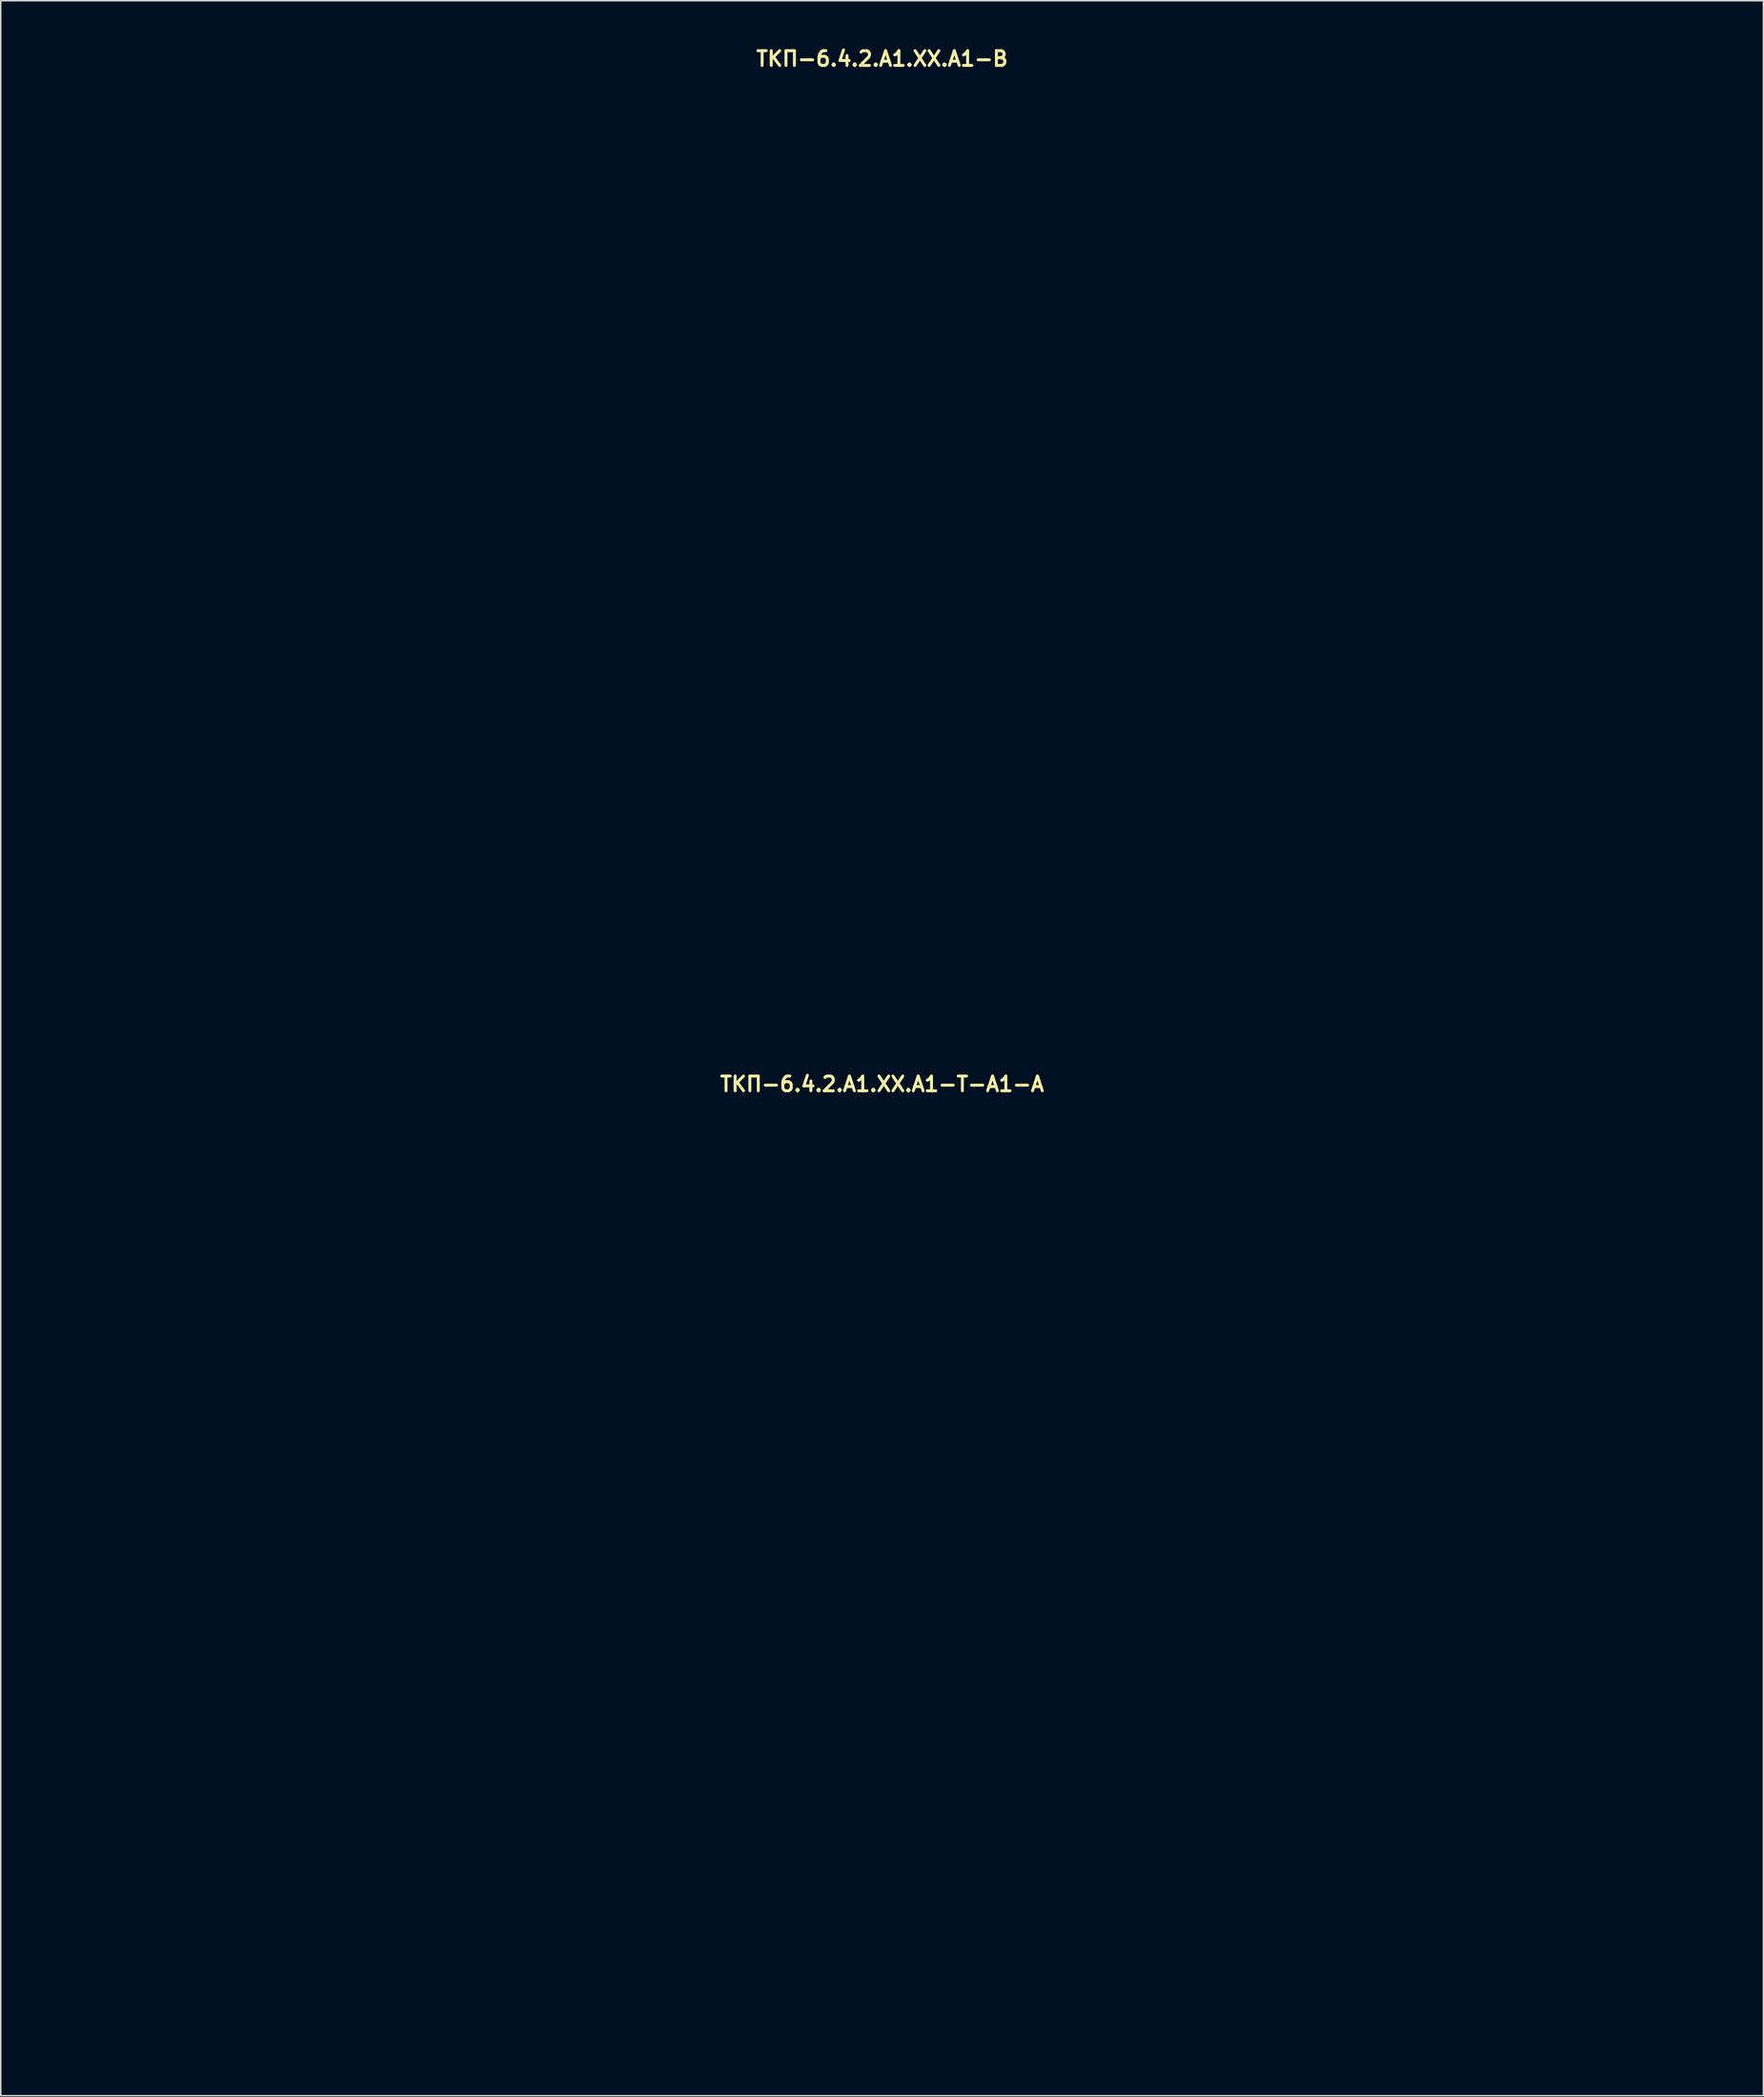
<source format=kicad_pcb>
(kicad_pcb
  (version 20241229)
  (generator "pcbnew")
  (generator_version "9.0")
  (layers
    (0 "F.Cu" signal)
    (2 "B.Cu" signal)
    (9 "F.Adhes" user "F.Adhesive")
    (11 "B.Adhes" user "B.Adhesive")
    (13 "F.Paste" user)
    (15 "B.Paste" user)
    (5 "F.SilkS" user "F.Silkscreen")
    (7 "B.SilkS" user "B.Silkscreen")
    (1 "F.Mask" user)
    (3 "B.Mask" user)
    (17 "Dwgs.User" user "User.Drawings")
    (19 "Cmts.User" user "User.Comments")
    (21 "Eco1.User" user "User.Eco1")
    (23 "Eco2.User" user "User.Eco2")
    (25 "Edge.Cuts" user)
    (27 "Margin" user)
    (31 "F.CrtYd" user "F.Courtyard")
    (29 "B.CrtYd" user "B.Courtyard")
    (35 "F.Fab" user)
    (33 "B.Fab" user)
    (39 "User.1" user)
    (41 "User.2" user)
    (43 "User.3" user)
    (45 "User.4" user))
  (footprint "ТКП-6.4.2.A1.XX.A1-B"
    (layer "F.Cu")
    (at 56.835 34.083)
    (property "Reference" "ТКП-6.4.2.A1.XX.A1-B" (at 0 -33.147 0) (layer "F.SilkS") (effects (font (size 1 1) (thickness 0.2))))
    (attr through_hole)
    (fp_line (start -56.635 -32.3) (end -56.635 32.3) (stroke (width 0.4) (type solid)) (layer "Eco1.User"))
    (fp_line (start -56.635 -32.3) (end 56.635 -32.3) (stroke (width 0.4) (type solid)) (layer "Eco1.User"))
    (fp_line (start -56.635 -31.3) (end 56.635 -31.3) (stroke (width 0.4) (type solid)) (layer "Eco1.User"))
    (fp_line (start -56.635 31.3) (end 56.635 31.3) (stroke (width 0.4) (type solid)) (layer "Eco1.User"))
    (fp_line (start -56.635 32.3) (end 56.635 32.3) (stroke (width 0.4) (type solid)) (layer "Eco1.User"))
    (fp_line (start -55.635 -31.3) (end -55.635 31.3) (stroke (width 0.4) (type solid)) (layer "Eco1.User"))
    (fp_line (start -54.635 -30.3) (end -54.635 30.3) (stroke (width 0.2) (type solid)) (layer "Eco1.User"))
    (fp_line (start -54.635 -30.3) (end 54.635 -30.3) (stroke (width 0.2) (type solid)) (layer "Eco1.User"))
    (fp_line (start -54.635 30.3) (end 54.635 30.3) (stroke (width 0.2) (type solid)) (layer "Eco1.User"))
    (fp_line (start 54.635 -30.3) (end 54.635 30.3) (stroke (width 0.2) (type solid)) (layer "Eco1.User"))
    (fp_line (start 55.635 -31.3) (end 55.635 31.3) (stroke (width 0.4) (type solid)) (layer "Eco1.User"))
    (fp_line (start 56.635 -32.3) (end 56.635 32.3) (stroke (width 0.4) (type solid)) (layer "Eco1.User"))
    (fp_circle (center -43.18 -18.89) (end -39.58 -18.89) (stroke (width 0.4) (type solid)) (fill no) (layer "Eco1.User"))
    (fp_circle (center -43.18 -11.39) (end -42.08 -11.39) (stroke (width 0.4) (type solid)) (fill no) (layer "Eco1.User"))
    (fp_circle (center -21.59 -18.89) (end -17.99 -18.89) (stroke (width 0.4) (type solid)) (fill no) (layer "Eco1.User"))
    (fp_circle (center -21.59 -11.39) (end -20.49 -11.39) (stroke (width 0.4) (type solid)) (fill no) (layer "Eco1.User"))
    (fp_circle (center 0 -18.89) (end 3.6 -18.89) (stroke (width 0.4) (type solid)) (fill no) (layer "Eco1.User"))
    (fp_circle (center 0 -11.39) (end 1.1 -11.39) (stroke (width 0.4) (type solid)) (fill no) (layer "Eco1.User"))
    (fp_circle (center 0 20.32) (end 6 20.32) (stroke (width 0.4) (type solid)) (fill no) (layer "Eco1.User"))
    (fp_circle (center 21.59 -18.89) (end 25.19 -18.89) (stroke (width 0.4) (type solid)) (fill no) (layer "Eco1.User"))
    (fp_circle (center 21.59 -11.39) (end 22.69 -11.39) (stroke (width 0.4) (type solid)) (fill no) (layer "Eco1.User"))
    (fp_circle (center 43.18 -18.89) (end 46.78 -18.89) (stroke (width 0.4) (type solid)) (fill no) (layer "Eco1.User"))
    (fp_circle (center 43.18 -11.39) (end 44.28 -11.39) (stroke (width 0.4) (type solid)) (fill no) (layer "Eco1.User"))
    (fp_circle (center 43.18 -1.27) (end 45.83 -1.27) (stroke (width 0.4) (type solid)) (fill no) (layer "Eco1.User")))
  (footprint "ТКП-6.4.2.A1.XX.A1-T-A1-A"
    (layer "F.Cu")
    (at 56.835 103.666)
    (property "Reference" "ТКП-6.4.2.A1.XX.A1-T-A1-A" (at 0 -33.147 0) (layer "F.SilkS") (effects (font (size 1 1) (thickness 0.2))))
    (attr through_hole)
    (fp_line (start -56.635 -32.3) (end -56.635 32.3) (stroke (width 0.4) (type solid)) (layer "Eco1.User"))
    (fp_line (start -56.635 -32.3) (end 56.635 -32.3) (stroke (width 0.4) (type solid)) (layer "Eco1.User"))
    (fp_line (start -56.635 32.3) (end 56.635 32.3) (stroke (width 0.4) (type solid)) (layer "Eco1.User"))
    (fp_line (start -54.635 -30.3) (end -54.635 30.3) (stroke (width 0.2) (type solid)) (layer "Eco1.User"))
    (fp_line (start -54.635 -30.3) (end 54.635 -30.3) (stroke (width 0.2) (type solid)) (layer "Eco1.User"))
    (fp_line (start -54.635 30.3) (end 54.635 30.3) (stroke (width 0.2) (type solid)) (layer "Eco1.User"))
    (fp_line (start 54.635 -30.3) (end 54.635 30.3) (stroke (width 0.2) (type solid)) (layer "Eco1.User"))
    (fp_line (start 56.635 -32.3) (end 56.635 32.3) (stroke (width 0.4) (type solid)) (layer "Eco1.User"))
    (fp_circle (center -43.18 -18.89) (end -39.58 -18.89) (stroke (width 0.4) (type solid)) (fill no) (layer "Eco1.User"))
    (fp_circle (center -43.18 -18.89) (end -33.08 -18.89) (stroke (width 0.4) (type solid)) (fill no) (layer "Eco1.User"))
    (fp_circle (center -43.18 -1.27) (end -40.53 -1.27) (stroke (width 0.4) (type solid)) (fill no) (layer "Eco1.User"))
    (fp_circle (center -21.59 -18.89) (end -17.99 -18.89) (stroke (width 0.4) (type solid)) (fill no) (layer "Eco1.User"))
    (fp_circle (center -21.59 -18.89) (end -11.49 -18.89) (stroke (width 0.4) (type solid)) (fill no) (layer "Eco1.User"))
    (fp_circle (center 0 -18.89) (end 3.6 -18.89) (stroke (width 0.4) (type solid)) (fill no) (layer "Eco1.User"))
    (fp_circle (center 0 -18.89) (end 10.1 -18.89) (stroke (width 0.4) (type solid)) (fill no) (layer "Eco1.User"))
    (fp_circle (center 0 20.32) (end 6 20.32) (stroke (width 0.4) (type solid)) (fill no) (layer "Eco1.User"))
    (fp_circle (center 0 20.32) (end 9.75 20.32) (stroke (width 0.4) (type solid)) (fill no) (layer "Eco1.User"))
    (fp_circle (center 21.59 -18.89) (end 25.19 -18.89) (stroke (width 0.4) (type solid)) (fill no) (layer "Eco1.User"))
    (fp_circle (center 21.59 -18.89) (end 31.69 -18.89) (stroke (width 0.4) (type solid)) (fill no) (layer "Eco1.User"))
    (fp_circle (center 43.18 -18.89) (end 46.78 -18.89) (stroke (width 0.4) (type solid)) (fill no) (layer "Eco1.User"))
    (fp_circle (center 43.18 -18.89) (end 53.28 -18.89) (stroke (width 0.4) (type solid)) (fill no) (layer "Eco1.User"))
    (fp_line (start -56.635 -32.3) (end -56.635 32.3) (stroke (width 0.4) (type solid)) (layer "Eco2.User"))
    (fp_line (start -56.635 -32.3) (end 56.635 -32.3) (stroke (width 0.4) (type solid)) (layer "Eco2.User"))
    (fp_line (start -56.635 32.3) (end 56.635 32.3) (stroke (width 0.4) (type solid)) (layer "Eco2.User"))
    (fp_line (start 56.635 -32.3) (end 56.635 32.3) (stroke (width 0.4) (type solid)) (layer "Eco2.User"))
    (fp_text user "COMP" (at 0 -6.985 0) (unlocked yes) (layer "Eco2.User") (effects (font (size 3 3) (thickness 0.5))))
    (fp_text user "GATE" (at -21.59 -6.985 0) (unlocked yes) (layer "Eco2.User") (effects (font (size 3 3) (thickness 0.5))))
    (fp_text user "IN→" (at 53.975 13.335 0) (unlocked yes) (layer "Eco2.User") (effects (font (size 3 3) (thickness 0.5)) (justify right)))
    (fp_text user "DRIVE" (at 21.59 -6.985 0) (unlocked yes) (layer "Eco2.User") (effects (font (size 3 3) (thickness 0.5))))
    (fp_text user "VOL" (at -43.18 -6.985 0) (unlocked yes) (layer "Eco2.User") (effects (font (size 3 3) (thickness 0.5))))
    (fp_text user "9V→" (at 53.975 -1.27 0) (unlocked yes) (layer "Eco2.User") (effects (font (size 3 3) (thickness 0.5)) (justify right)))
    (fp_text user "STAB" (at 43.18 -6.985 0) (unlocked yes) (layer "Eco2.User") (effects (font (size 3 3) (thickness 0.5))))
    (fp_text user "-ТТКРЧПДЛ-\nFUZZ FACTORY\nREV. 1SM" (at 0 3.175 0) (unlocked yes) (layer "Eco2.User") (effects (font (size 3 3) (thickness 0.5))))
    (fp_text user "←OUT" (at -53.975 13.335 0) (unlocked yes) (layer "Eco2.User") (effects (font (size 3 3) (thickness 0.5)) (justify left))))
  (gr_rect
    (start -3 -3)
    (end 116.67 139.166)
    (stroke (width 0.1) (type default))
    (fill no)
    (layer "Edge.Cuts")))
</source>
